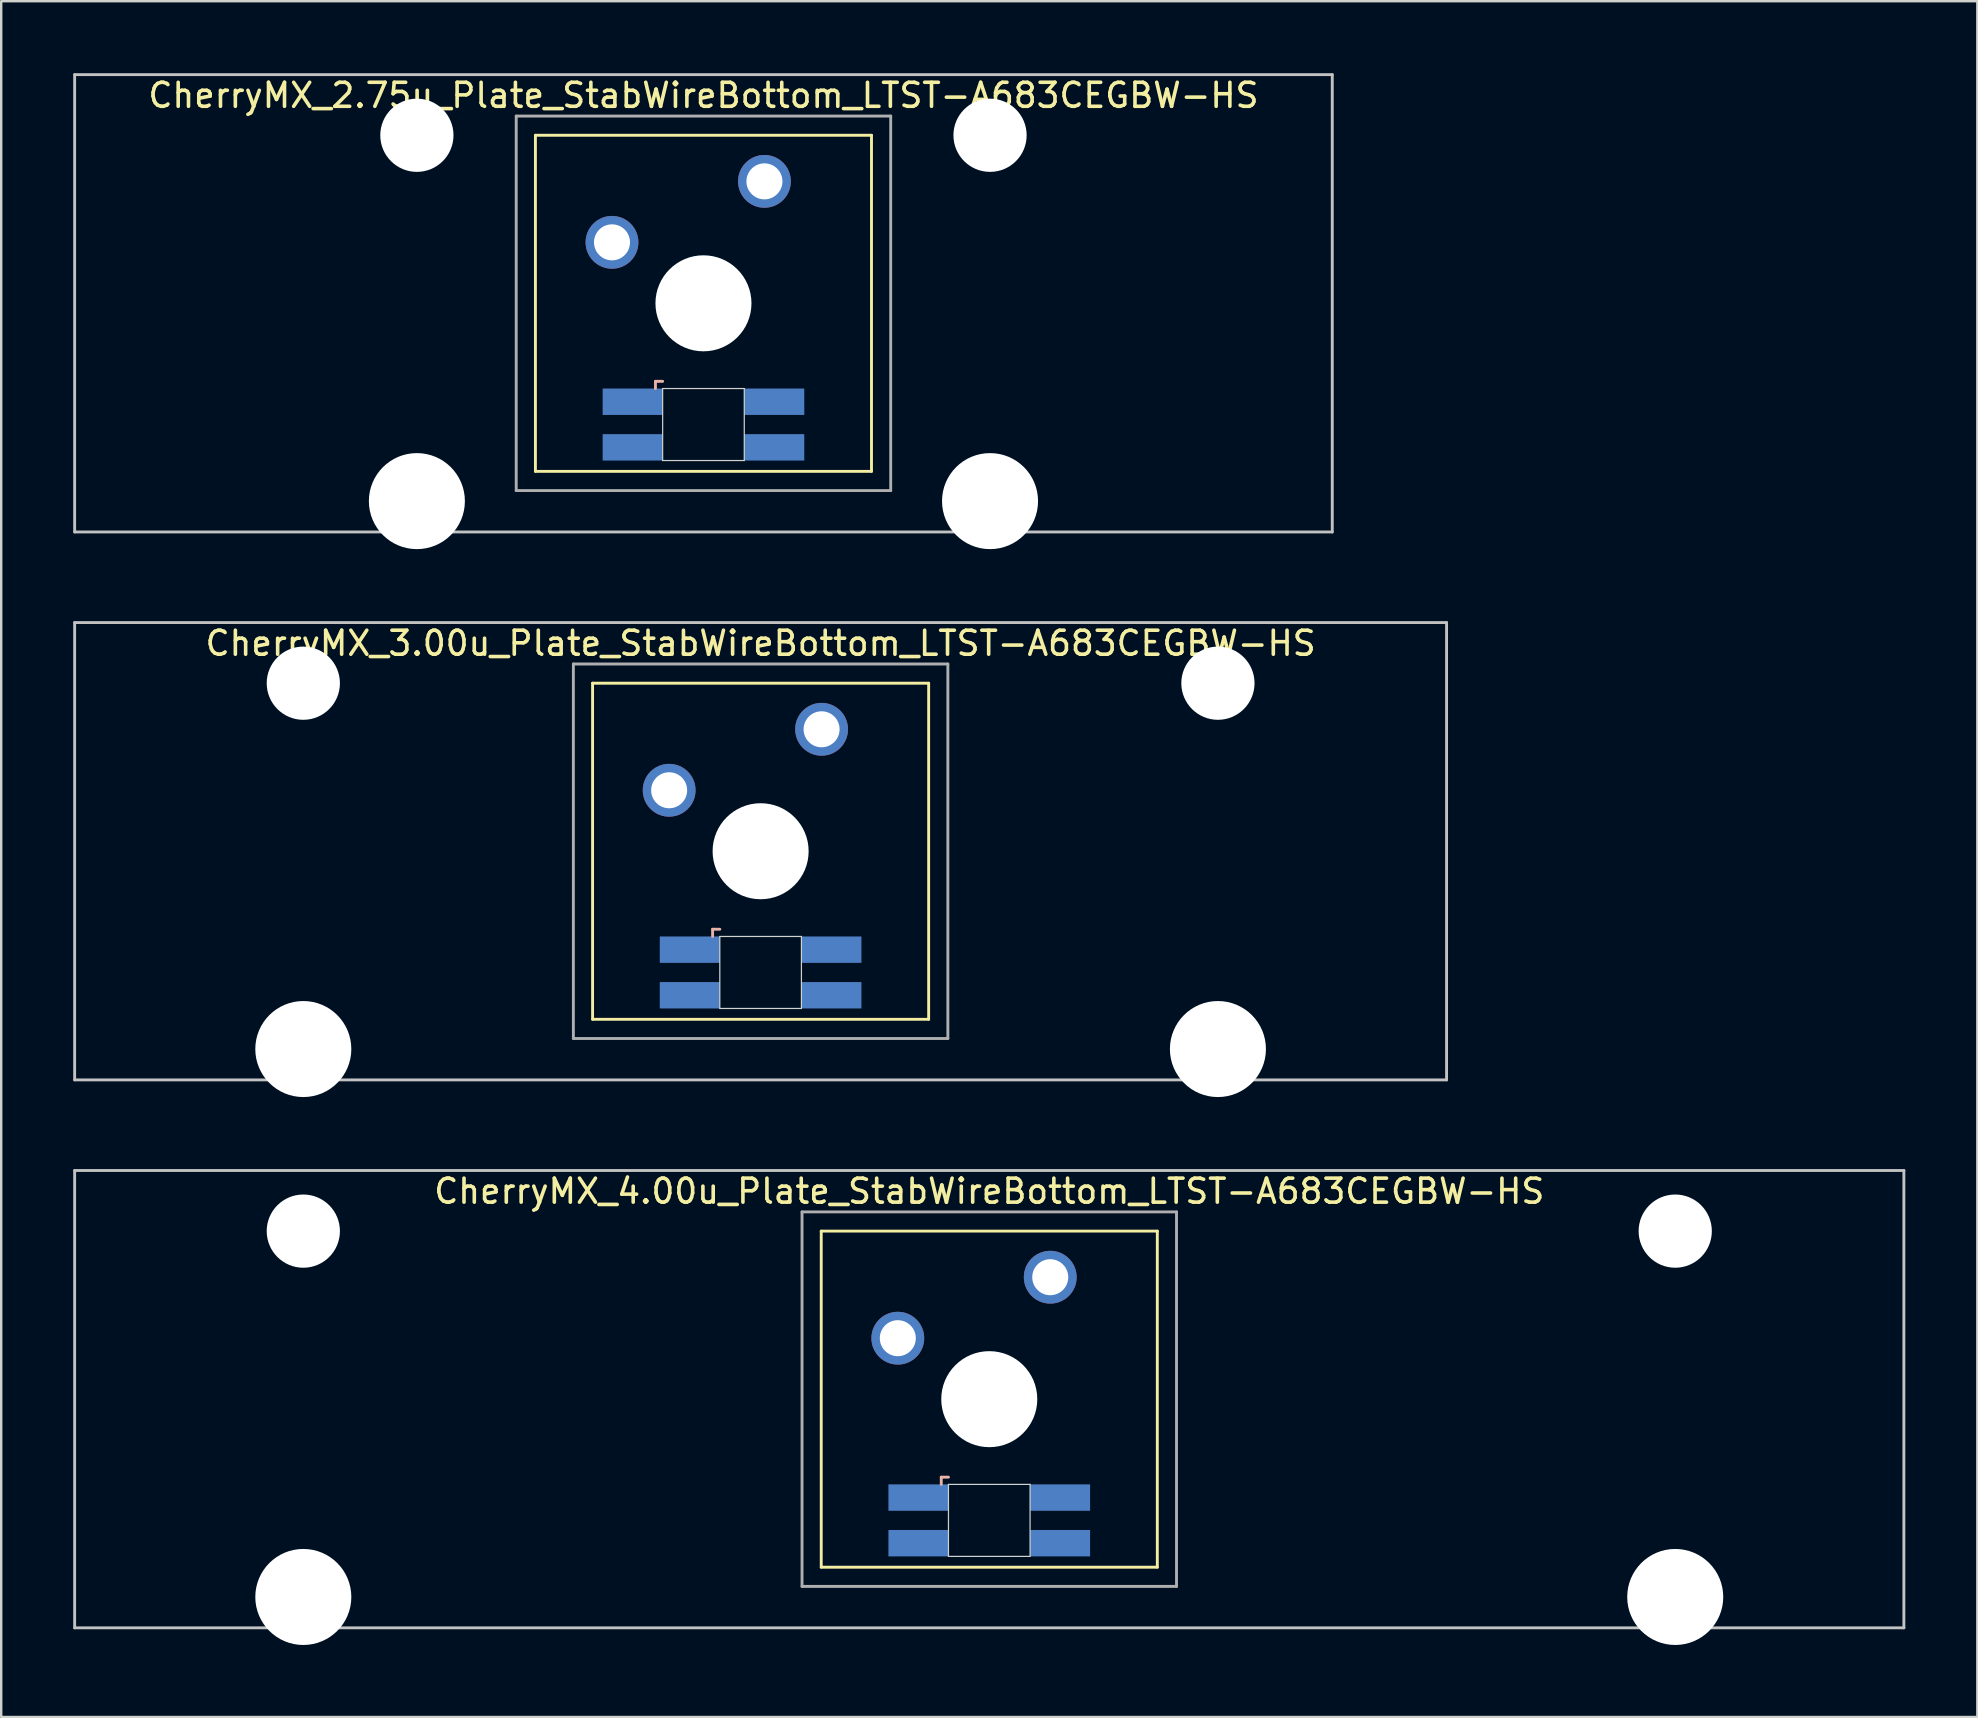
<source format=kicad_pcb>
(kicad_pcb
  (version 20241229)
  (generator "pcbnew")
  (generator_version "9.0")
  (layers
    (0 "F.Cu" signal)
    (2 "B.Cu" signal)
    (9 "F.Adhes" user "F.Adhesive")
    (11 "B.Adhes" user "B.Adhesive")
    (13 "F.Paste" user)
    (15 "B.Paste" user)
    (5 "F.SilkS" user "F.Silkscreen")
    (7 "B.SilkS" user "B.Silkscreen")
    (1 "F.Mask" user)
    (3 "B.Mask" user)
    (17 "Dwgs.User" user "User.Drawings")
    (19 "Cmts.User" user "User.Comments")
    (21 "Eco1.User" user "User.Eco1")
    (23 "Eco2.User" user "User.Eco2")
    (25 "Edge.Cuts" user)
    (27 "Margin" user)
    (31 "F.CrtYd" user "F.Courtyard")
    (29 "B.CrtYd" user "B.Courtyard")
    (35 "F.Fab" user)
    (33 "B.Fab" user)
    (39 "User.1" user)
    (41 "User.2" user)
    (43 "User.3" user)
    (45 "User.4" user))
  (footprint "CherryMX_4.00u_Plate_StabWireBottom_LTST-A683CEGBW-HS"
    (layer "F.Cu")
    (at 38.16 55.235)
    (property "Reference" "CherryMX_4.00u_Plate_StabWireBottom_LTST-A683CEGBW-HS" (at 0 -8.662 0) (layer "F.SilkS") (effects (font (size 1 1) (thickness 0.15))))
    (attr through_hole)
    (fp_line (start -7 -7) (end -7 7) (stroke (width 0.12) (type solid)) (layer "F.SilkS"))
    (fp_line (start -7 -7) (end 7 -7) (stroke (width 0.12) (type solid)) (layer "F.SilkS"))
    (fp_line (start 7 -7) (end 7 7) (stroke (width 0.12) (type solid)) (layer "F.SilkS"))
    (fp_line (start 7 7) (end -7 7) (stroke (width 0.12) (type solid)) (layer "F.SilkS"))
    (fp_line (start -2 3.25) (end -2 3.55) (stroke (width 0.12) (type solid)) (layer "B.SilkS"))
    (fp_line (start -1.7 3.25) (end -2 3.25) (stroke (width 0.12) (type solid)) (layer "B.SilkS"))
    (fp_line (start -38.1 -9.525) (end 38.1 -9.525) (stroke (width 0.12) (type solid)) (layer "Dwgs.User"))
    (fp_line (start -38.1 9.525) (end -38.1 -9.525) (stroke (width 0.12) (type solid)) (layer "Dwgs.User"))
    (fp_line (start 38.1 -9.525) (end 38.1 9.525) (stroke (width 0.12) (type solid)) (layer "Dwgs.User"))
    (fp_line (start 38.1 9.525) (end -38.1 9.525) (stroke (width 0.12) (type solid)) (layer "Dwgs.User"))
    (fp_line (start -1.7 3.55) (end 1.7 3.55) (stroke (width 0.05) (type solid)) (layer "Edge.Cuts"))
    (fp_line (start -1.7 6.55) (end -1.7 3.55) (stroke (width 0.05) (type solid)) (layer "Edge.Cuts"))
    (fp_line (start 1.7 3.55) (end 1.7 6.55) (stroke (width 0.05) (type solid)) (layer "Edge.Cuts"))
    (fp_line (start 1.7 6.55) (end -1.7 6.55) (stroke (width 0.05) (type solid)) (layer "Edge.Cuts"))
    (fp_line (start -7.8 -7.8) (end -7.8 7.8) (stroke (width 0.12) (type solid)) (layer "F.Fab"))
    (fp_line (start -7.8 -7.8) (end 7.8 -7.8) (stroke (width 0.12) (type solid)) (layer "F.Fab"))
    (fp_line (start -7.8 7.8) (end 7.8 7.8) (stroke (width 0.12) (type solid)) (layer "F.Fab"))
    (fp_line (start 7.8 -7.8) (end 7.8 7.8) (stroke (width 0.12) (type solid)) (layer "F.Fab"))
    (pad "" np_thru_hole circle (at -28.575 -7) (size 3.05 3.05) (drill 3.05) (layers "*.Cu" "*.Mask"))
    (pad "" np_thru_hole circle (at -28.575 8.24) (size 4 4) (drill 4) (layers "*.Cu" "*.Mask"))
    (pad "" np_thru_hole circle (at 0 0) (size 4 4) (drill 4) (layers "*.Cu" "*.Mask"))
    (pad "" np_thru_hole circle (at 28.575 -7) (size 3.05 3.05) (drill 3.05) (layers "*.Cu" "*.Mask"))
    (pad "" np_thru_hole circle (at 28.575 8.24) (size 4 4) (drill 4) (layers "*.Cu" "*.Mask"))
    (pad "1" thru_hole circle (at -3.81 -2.54) (size 2.2 2.2) (drill 1.5) (layers "*.Cu" "*.Mask"))
    (pad "2" thru_hole circle (at 2.54 -5.08) (size 2.2 2.2) (drill 1.5) (layers "*.Cu" "*.Mask"))
    (pad "3" smd rect (at -2.95 4.1) (size 2.5 1.1) (layers "B.Cu" "B.Mask" "B.Paste"))
    (pad "4" smd rect (at -2.95 6) (size 2.5 1.1) (layers "B.Cu" "B.Mask" "B.Paste"))
    (pad "5" smd rect (at 2.95 4.1) (size 2.5 1.1) (layers "B.Cu" "B.Mask" "B.Paste"))
    (pad "6" smd rect (at 2.95 6) (size 2.5 1.1) (layers "B.Cu" "B.Mask" "B.Paste")))
  (footprint "CherryMX_2.75u_Plate_StabWireBottom_LTST-A683CEGBW-HS"
    (layer "F.Cu")
    (at 26.254 9.585)
    (property "Reference" "CherryMX_2.75u_Plate_StabWireBottom_LTST-A683CEGBW-HS" (at 0 -8.662 0) (layer "F.SilkS") (effects (font (size 1 1) (thickness 0.15))))
    (attr through_hole)
    (fp_line (start -7 -7) (end -7 7) (stroke (width 0.12) (type solid)) (layer "F.SilkS"))
    (fp_line (start -7 -7) (end 7 -7) (stroke (width 0.12) (type solid)) (layer "F.SilkS"))
    (fp_line (start 7 -7) (end 7 7) (stroke (width 0.12) (type solid)) (layer "F.SilkS"))
    (fp_line (start 7 7) (end -7 7) (stroke (width 0.12) (type solid)) (layer "F.SilkS"))
    (fp_line (start -2 3.25) (end -2 3.55) (stroke (width 0.12) (type solid)) (layer "B.SilkS"))
    (fp_line (start -1.7 3.25) (end -2 3.25) (stroke (width 0.12) (type solid)) (layer "B.SilkS"))
    (fp_line (start -26.194 -9.525) (end 26.194 -9.525) (stroke (width 0.12) (type solid)) (layer "Dwgs.User"))
    (fp_line (start -26.194 9.525) (end -26.194 -9.525) (stroke (width 0.12) (type solid)) (layer "Dwgs.User"))
    (fp_line (start 26.194 -9.525) (end 26.194 9.525) (stroke (width 0.12) (type solid)) (layer "Dwgs.User"))
    (fp_line (start 26.194 9.525) (end -26.194 9.525) (stroke (width 0.12) (type solid)) (layer "Dwgs.User"))
    (fp_line (start -1.7 3.55) (end 1.7 3.55) (stroke (width 0.05) (type solid)) (layer "Edge.Cuts"))
    (fp_line (start -1.7 6.55) (end -1.7 3.55) (stroke (width 0.05) (type solid)) (layer "Edge.Cuts"))
    (fp_line (start 1.7 3.55) (end 1.7 6.55) (stroke (width 0.05) (type solid)) (layer "Edge.Cuts"))
    (fp_line (start 1.7 6.55) (end -1.7 6.55) (stroke (width 0.05) (type solid)) (layer "Edge.Cuts"))
    (fp_line (start -7.8 -7.8) (end -7.8 7.8) (stroke (width 0.12) (type solid)) (layer "F.Fab"))
    (fp_line (start -7.8 -7.8) (end 7.8 -7.8) (stroke (width 0.12) (type solid)) (layer "F.Fab"))
    (fp_line (start -7.8 7.8) (end 7.8 7.8) (stroke (width 0.12) (type solid)) (layer "F.Fab"))
    (fp_line (start 7.8 -7.8) (end 7.8 7.8) (stroke (width 0.12) (type solid)) (layer "F.Fab"))
    (pad "" np_thru_hole circle (at -11.938 -7) (size 3.05 3.05) (drill 3.05) (layers "*.Cu" "*.Mask"))
    (pad "" np_thru_hole circle (at -11.938 8.24) (size 4 4) (drill 4) (layers "*.Cu" "*.Mask"))
    (pad "" np_thru_hole circle (at 0 0) (size 4 4) (drill 4) (layers "*.Cu" "*.Mask"))
    (pad "" np_thru_hole circle (at 11.938 -7) (size 3.05 3.05) (drill 3.05) (layers "*.Cu" "*.Mask"))
    (pad "" np_thru_hole circle (at 11.938 8.24) (size 4 4) (drill 4) (layers "*.Cu" "*.Mask"))
    (pad "1" thru_hole circle (at -3.81 -2.54) (size 2.2 2.2) (drill 1.5) (layers "*.Cu" "*.Mask"))
    (pad "2" thru_hole circle (at 2.54 -5.08) (size 2.2 2.2) (drill 1.5) (layers "*.Cu" "*.Mask"))
    (pad "3" smd rect (at -2.95 4.1) (size 2.5 1.1) (layers "B.Cu" "B.Mask" "B.Paste"))
    (pad "4" smd rect (at -2.95 6) (size 2.5 1.1) (layers "B.Cu" "B.Mask" "B.Paste"))
    (pad "5" smd rect (at 2.95 4.1) (size 2.5 1.1) (layers "B.Cu" "B.Mask" "B.Paste"))
    (pad "6" smd rect (at 2.95 6) (size 2.5 1.1) (layers "B.Cu" "B.Mask" "B.Paste")))
  (footprint "CherryMX_3.00u_Plate_StabWireBottom_LTST-A683CEGBW-HS"
    (layer "F.Cu")
    (at 28.635 32.41)
    (property "Reference" "CherryMX_3.00u_Plate_StabWireBottom_LTST-A683CEGBW-HS" (at 0 -8.662 0) (layer "F.SilkS") (effects (font (size 1 1) (thickness 0.15))))
    (attr through_hole)
    (fp_line (start -7 -7) (end -7 7) (stroke (width 0.12) (type solid)) (layer "F.SilkS"))
    (fp_line (start -7 -7) (end 7 -7) (stroke (width 0.12) (type solid)) (layer "F.SilkS"))
    (fp_line (start 7 -7) (end 7 7) (stroke (width 0.12) (type solid)) (layer "F.SilkS"))
    (fp_line (start 7 7) (end -7 7) (stroke (width 0.12) (type solid)) (layer "F.SilkS"))
    (fp_line (start -2 3.25) (end -2 3.55) (stroke (width 0.12) (type solid)) (layer "B.SilkS"))
    (fp_line (start -1.7 3.25) (end -2 3.25) (stroke (width 0.12) (type solid)) (layer "B.SilkS"))
    (fp_line (start -28.575 -9.525) (end 28.575 -9.525) (stroke (width 0.12) (type solid)) (layer "Dwgs.User"))
    (fp_line (start -28.575 9.525) (end -28.575 -9.525) (stroke (width 0.12) (type solid)) (layer "Dwgs.User"))
    (fp_line (start 28.575 -9.525) (end 28.575 9.525) (stroke (width 0.12) (type solid)) (layer "Dwgs.User"))
    (fp_line (start 28.575 9.525) (end -28.575 9.525) (stroke (width 0.12) (type solid)) (layer "Dwgs.User"))
    (fp_line (start -1.7 3.55) (end 1.7 3.55) (stroke (width 0.05) (type solid)) (layer "Edge.Cuts"))
    (fp_line (start -1.7 6.55) (end -1.7 3.55) (stroke (width 0.05) (type solid)) (layer "Edge.Cuts"))
    (fp_line (start 1.7 3.55) (end 1.7 6.55) (stroke (width 0.05) (type solid)) (layer "Edge.Cuts"))
    (fp_line (start 1.7 6.55) (end -1.7 6.55) (stroke (width 0.05) (type solid)) (layer "Edge.Cuts"))
    (fp_line (start -7.8 -7.8) (end -7.8 7.8) (stroke (width 0.12) (type solid)) (layer "F.Fab"))
    (fp_line (start -7.8 -7.8) (end 7.8 -7.8) (stroke (width 0.12) (type solid)) (layer "F.Fab"))
    (fp_line (start -7.8 7.8) (end 7.8 7.8) (stroke (width 0.12) (type solid)) (layer "F.Fab"))
    (fp_line (start 7.8 -7.8) (end 7.8 7.8) (stroke (width 0.12) (type solid)) (layer "F.Fab"))
    (pad "" np_thru_hole circle (at -19.05 -7) (size 3.05 3.05) (drill 3.05) (layers "*.Cu" "*.Mask"))
    (pad "" np_thru_hole circle (at -19.05 8.24) (size 4 4) (drill 4) (layers "*.Cu" "*.Mask"))
    (pad "" np_thru_hole circle (at 0 0) (size 4 4) (drill 4) (layers "*.Cu" "*.Mask"))
    (pad "" np_thru_hole circle (at 19.05 -7) (size 3.05 3.05) (drill 3.05) (layers "*.Cu" "*.Mask"))
    (pad "" np_thru_hole circle (at 19.05 8.24) (size 4 4) (drill 4) (layers "*.Cu" "*.Mask"))
    (pad "1" thru_hole circle (at -3.81 -2.54) (size 2.2 2.2) (drill 1.5) (layers "*.Cu" "*.Mask"))
    (pad "2" thru_hole circle (at 2.54 -5.08) (size 2.2 2.2) (drill 1.5) (layers "*.Cu" "*.Mask"))
    (pad "3" smd rect (at -2.95 4.1) (size 2.5 1.1) (layers "B.Cu" "B.Mask" "B.Paste"))
    (pad "4" smd rect (at -2.95 6) (size 2.5 1.1) (layers "B.Cu" "B.Mask" "B.Paste"))
    (pad "5" smd rect (at 2.95 4.1) (size 2.5 1.1) (layers "B.Cu" "B.Mask" "B.Paste"))
    (pad "6" smd rect (at 2.95 6) (size 2.5 1.1) (layers "B.Cu" "B.Mask" "B.Paste")))
  (gr_rect
    (start -3 -3)
    (end 79.32 68.475)
    (stroke (width 0.1) (type default))
    (fill no)
    (layer "Edge.Cuts")))
</source>
